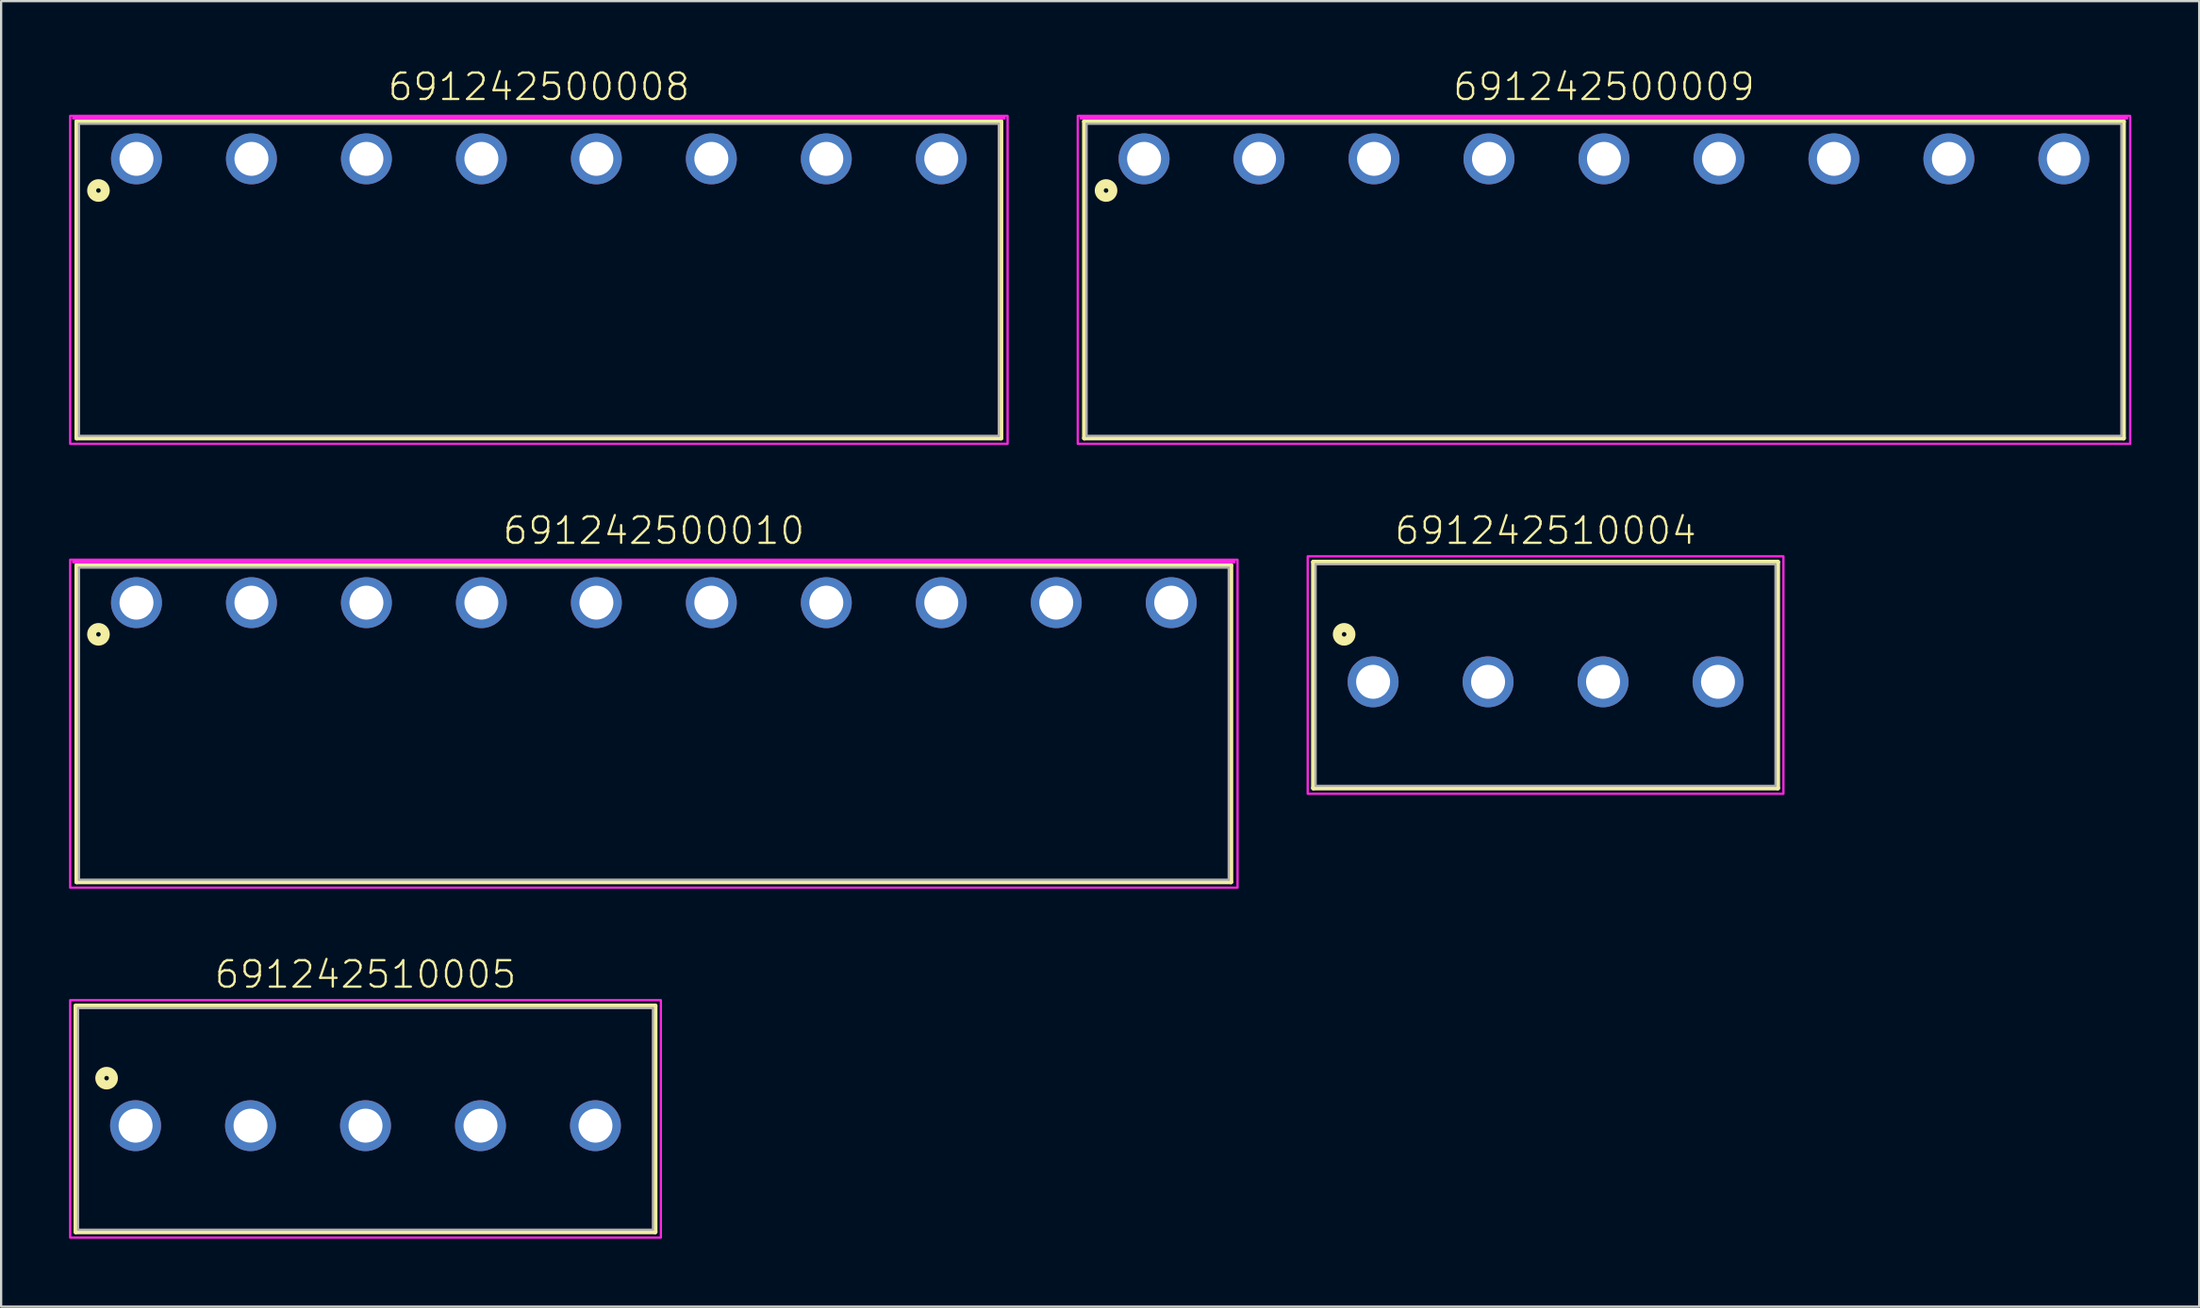
<source format=kicad_pcb>
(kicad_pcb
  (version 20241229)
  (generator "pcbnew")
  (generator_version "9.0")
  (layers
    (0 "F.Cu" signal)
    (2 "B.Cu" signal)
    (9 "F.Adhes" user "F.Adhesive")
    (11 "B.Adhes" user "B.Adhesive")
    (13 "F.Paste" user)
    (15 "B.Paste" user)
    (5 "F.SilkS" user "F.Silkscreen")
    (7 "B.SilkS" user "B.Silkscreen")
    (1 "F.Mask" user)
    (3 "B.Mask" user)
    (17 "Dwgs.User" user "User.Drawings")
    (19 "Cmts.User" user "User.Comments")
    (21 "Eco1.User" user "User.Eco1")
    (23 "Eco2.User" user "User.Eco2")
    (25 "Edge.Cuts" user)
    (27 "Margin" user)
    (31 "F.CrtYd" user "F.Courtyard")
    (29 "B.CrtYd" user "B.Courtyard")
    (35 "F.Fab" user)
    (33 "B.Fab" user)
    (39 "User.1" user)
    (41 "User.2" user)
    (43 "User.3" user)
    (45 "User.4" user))
  (footprint "691242510004"
    (layer "F.Cu")
    (at 65.24 27.096)
    (property "Reference" "691242510004" (at 0 -6 0) (unlocked yes) (layer "F.SilkS") (effects (font (size 1.168 1.168) (thickness 0.102)) (justify bottom)))
    (fp_line (start -10.26 -5.3) (end 10.26 -5.3) (stroke (width 0.2) (type solid)) (layer "F.SilkS"))
    (fp_line (start -10.26 4.7) (end -10.26 -5.3) (stroke (width 0.2) (type solid)) (layer "F.SilkS"))
    (fp_line (start 10.26 -5.3) (end 10.26 4.7) (stroke (width 0.2) (type solid)) (layer "F.SilkS"))
    (fp_line (start 10.26 4.7) (end -10.26 4.7) (stroke (width 0.2) (type solid)) (layer "F.SilkS"))
    (fp_circle (center -8.9 -2.1) (end -8.8 -2.1) (stroke (width 0.4) (type solid)) (fill no) (layer "F.SilkS"))
    (fp_poly (pts (xy 10.51 4.95) (xy -10.51 4.95) (xy -10.51 -5.55) (xy 10.51 -5.55)) (stroke (width 0.1) (type default)) (fill no) (layer "F.CrtYd"))
    (fp_line (start -10.16 -5.2) (end -10.16 4.6) (stroke (width 0.1) (type solid)) (layer "F.Fab"))
    (fp_line (start -10.16 -5.2) (end 10.16 -5.2) (stroke (width 0.1) (type solid)) (layer "F.Fab"))
    (fp_line (start -10.16 4.6) (end 10.16 4.6) (stroke (width 0.1) (type solid)) (layer "F.Fab"))
    (fp_line (start 10.16 -5.2) (end 10.16 4.6) (stroke (width 0.1) (type solid)) (layer "F.Fab"))
    (pad "1" thru_hole circle (at -7.62 0) (size 2.25 2.25) (drill 1.5) (layers "*.Cu" "*.Mask"))
    (pad "2" thru_hole circle (at -2.54 0) (size 2.25 2.25) (drill 1.5) (layers "*.Cu" "*.Mask"))
    (pad "3" thru_hole circle (at 2.54 0) (size 2.25 2.25) (drill 1.5) (layers "*.Cu" "*.Mask"))
    (pad "4" thru_hole circle (at 7.62 0) (size 2.25 2.25) (drill 1.5) (layers "*.Cu" "*.Mask")))
  (footprint "691242500009"
    (layer "F.Cu")
    (at 67.82 3.973)
    (property "Reference" "691242500009" (at 0 -2.5 0) (unlocked yes) (layer "F.SilkS") (effects (font (size 1.168 1.168) (thickness 0.102)) (justify bottom)))
    (fp_line (start -22.96 -1.65) (end 22.96 -1.65) (stroke (width 0.2) (type solid)) (layer "F.SilkS"))
    (fp_line (start -22.96 12.35) (end -22.96 -1.65) (stroke (width 0.2) (type solid)) (layer "F.SilkS"))
    (fp_line (start 22.96 -1.65) (end 22.96 12.35) (stroke (width 0.2) (type solid)) (layer "F.SilkS"))
    (fp_line (start 22.96 12.35) (end -22.96 12.35) (stroke (width 0.2) (type solid)) (layer "F.SilkS"))
    (fp_circle (center -22 1.4) (end -21.9 1.4) (stroke (width 0.4) (type solid)) (fill no) (layer "F.SilkS"))
    (fp_line (start -23.11 -1.8) (end 23.11 -1.8) (stroke (width 0.127) (type solid)) (layer "F.CrtYd"))
    (fp_poly (pts (xy 23.25 12.6) (xy -23.25 12.6) (xy -23.25 -1.9) (xy 23.25 -1.9)) (stroke (width 0.1) (type default)) (fill no) (layer "F.CrtYd"))
    (fp_line (start -22.86 -1.55) (end 22.86 -1.55) (stroke (width 0.1) (type solid)) (layer "F.Fab"))
    (fp_line (start -22.86 12.25) (end -22.86 -1.55) (stroke (width 0.1) (type solid)) (layer "F.Fab"))
    (fp_line (start 22.86 -1.55) (end 22.86 12.25) (stroke (width 0.1) (type solid)) (layer "F.Fab"))
    (fp_line (start 22.86 12.25) (end -22.86 12.25) (stroke (width 0.1) (type solid)) (layer "F.Fab"))
    (pad "1" thru_hole circle (at -20.32 0) (size 2.25 2.25) (drill 1.5) (layers "*.Cu" "*.Mask"))
    (pad "2" thru_hole circle (at -15.24 0) (size 2.25 2.25) (drill 1.5) (layers "*.Cu" "*.Mask"))
    (pad "3" thru_hole circle (at -10.16 0) (size 2.25 2.25) (drill 1.5) (layers "*.Cu" "*.Mask"))
    (pad "4" thru_hole circle (at -5.08 0) (size 2.25 2.25) (drill 1.5) (layers "*.Cu" "*.Mask"))
    (pad "5" thru_hole circle (at 0 0) (size 2.25 2.25) (drill 1.5) (layers "*.Cu" "*.Mask"))
    (pad "6" thru_hole circle (at 5.08 0) (size 2.25 2.25) (drill 1.5) (layers "*.Cu" "*.Mask"))
    (pad "7" thru_hole circle (at 10.16 0) (size 2.25 2.25) (drill 1.5) (layers "*.Cu" "*.Mask"))
    (pad "8" thru_hole circle (at 15.24 0) (size 2.25 2.25) (drill 1.5) (layers "*.Cu" "*.Mask"))
    (pad "9" thru_hole circle (at 20.32 0) (size 2.25 2.25) (drill 1.5) (layers "*.Cu" "*.Mask")))
  (footprint "691242500008"
    (layer "F.Cu")
    (at 20.76 3.973)
    (property "Reference" "691242500008" (at 0 -2.5 0) (unlocked yes) (layer "F.SilkS") (effects (font (size 1.168 1.168) (thickness 0.102)) (justify bottom)))
    (fp_line (start -20.42 -1.65) (end 20.42 -1.65) (stroke (width 0.2) (type solid)) (layer "F.SilkS"))
    (fp_line (start -20.42 12.35) (end -20.42 -1.65) (stroke (width 0.2) (type solid)) (layer "F.SilkS"))
    (fp_line (start 20.42 -1.65) (end 20.42 12.35) (stroke (width 0.2) (type solid)) (layer "F.SilkS"))
    (fp_line (start 20.42 12.35) (end -20.42 12.35) (stroke (width 0.2) (type solid)) (layer "F.SilkS"))
    (fp_circle (center -19.46 1.4) (end -19.36 1.4) (stroke (width 0.4) (type solid)) (fill no) (layer "F.SilkS"))
    (fp_line (start -20.57 -1.8) (end 20.57 -1.8) (stroke (width 0.127) (type solid)) (layer "F.CrtYd"))
    (fp_poly (pts (xy 20.71 12.6) (xy -20.71 12.6) (xy -20.71 -1.9) (xy 20.71 -1.9)) (stroke (width 0.1) (type default)) (fill no) (layer "F.CrtYd"))
    (fp_line (start -20.32 -1.55) (end 20.32 -1.55) (stroke (width 0.1) (type solid)) (layer "F.Fab"))
    (fp_line (start -20.32 12.25) (end -20.32 -1.55) (stroke (width 0.1) (type solid)) (layer "F.Fab"))
    (fp_line (start 20.32 -1.55) (end 20.32 12.25) (stroke (width 0.1) (type solid)) (layer "F.Fab"))
    (fp_line (start 20.32 12.25) (end -20.32 12.25) (stroke (width 0.1) (type solid)) (layer "F.Fab"))
    (pad "1" thru_hole circle (at -17.78 0) (size 2.25 2.25) (drill 1.5) (layers "*.Cu" "*.Mask"))
    (pad "2" thru_hole circle (at -12.7 0) (size 2.25 2.25) (drill 1.5) (layers "*.Cu" "*.Mask"))
    (pad "3" thru_hole circle (at -7.62 0) (size 2.25 2.25) (drill 1.5) (layers "*.Cu" "*.Mask"))
    (pad "4" thru_hole circle (at -2.54 0) (size 2.25 2.25) (drill 1.5) (layers "*.Cu" "*.Mask"))
    (pad "5" thru_hole circle (at 2.54 0) (size 2.25 2.25) (drill 1.5) (layers "*.Cu" "*.Mask"))
    (pad "6" thru_hole circle (at 7.62 0) (size 2.25 2.25) (drill 1.5) (layers "*.Cu" "*.Mask"))
    (pad "7" thru_hole circle (at 12.7 0) (size 2.25 2.25) (drill 1.5) (layers "*.Cu" "*.Mask"))
    (pad "8" thru_hole circle (at 17.78 0) (size 2.25 2.25) (drill 1.5) (layers "*.Cu" "*.Mask")))
  (footprint "691242510005"
    (layer "F.Cu")
    (at 13.1 46.72)
    (property "Reference" "691242510005" (at 0 -6 0) (unlocked yes) (layer "F.SilkS") (effects (font (size 1.168 1.168) (thickness 0.102)) (justify bottom)))
    (fp_line (start -12.8 -5.3) (end 12.8 -5.3) (stroke (width 0.2) (type solid)) (layer "F.SilkS"))
    (fp_line (start -12.8 4.7) (end -12.8 -5.3) (stroke (width 0.2) (type solid)) (layer "F.SilkS"))
    (fp_line (start 12.8 -5.3) (end 12.8 4.7) (stroke (width 0.2) (type solid)) (layer "F.SilkS"))
    (fp_line (start 12.8 4.7) (end -12.8 4.7) (stroke (width 0.2) (type solid)) (layer "F.SilkS"))
    (fp_circle (center -11.44 -2.1) (end -11.34 -2.1) (stroke (width 0.4) (type solid)) (fill no) (layer "F.SilkS"))
    (fp_poly (pts (xy 13.05 4.95) (xy -13.05 4.95) (xy -13.05 -5.55) (xy 13.05 -5.55)) (stroke (width 0.1) (type default)) (fill no) (layer "F.CrtYd"))
    (fp_line (start -12.7 -5.2) (end -12.7 4.6) (stroke (width 0.1) (type solid)) (layer "F.Fab"))
    (fp_line (start -12.7 -5.2) (end 12.7 -5.2) (stroke (width 0.1) (type solid)) (layer "F.Fab"))
    (fp_line (start -12.7 4.6) (end 12.7 4.6) (stroke (width 0.1) (type solid)) (layer "F.Fab"))
    (fp_line (start 12.7 -5.2) (end 12.7 4.6) (stroke (width 0.1) (type solid)) (layer "F.Fab"))
    (pad "1" thru_hole circle (at -10.16 0) (size 2.25 2.25) (drill 1.5) (layers "*.Cu" "*.Mask"))
    (pad "2" thru_hole circle (at -5.08 0) (size 2.25 2.25) (drill 1.5) (layers "*.Cu" "*.Mask"))
    (pad "3" thru_hole circle (at 0 0) (size 2.25 2.25) (drill 1.5) (layers "*.Cu" "*.Mask"))
    (pad "4" thru_hole circle (at 5.08 0) (size 2.25 2.25) (drill 1.5) (layers "*.Cu" "*.Mask"))
    (pad "5" thru_hole circle (at 10.16 0) (size 2.25 2.25) (drill 1.5) (layers "*.Cu" "*.Mask")))
  (footprint "691242500010"
    (layer "F.Cu")
    (at 25.84 23.596)
    (property "Reference" "691242500010" (at 0 -2.5 0) (unlocked yes) (layer "F.SilkS") (effects (font (size 1.168 1.168) (thickness 0.102)) (justify bottom)))
    (fp_line (start -25.5 -1.65) (end 25.5 -1.65) (stroke (width 0.2) (type solid)) (layer "F.SilkS"))
    (fp_line (start -25.5 12.35) (end -25.5 -1.65) (stroke (width 0.2) (type solid)) (layer "F.SilkS"))
    (fp_line (start 25.5 -1.65) (end 25.5 12.35) (stroke (width 0.2) (type solid)) (layer "F.SilkS"))
    (fp_line (start 25.5 12.35) (end -25.5 12.35) (stroke (width 0.2) (type solid)) (layer "F.SilkS"))
    (fp_circle (center -24.54 1.4) (end -24.44 1.4) (stroke (width 0.4) (type solid)) (fill no) (layer "F.SilkS"))
    (fp_line (start -25.65 -1.8) (end 25.65 -1.8) (stroke (width 0.127) (type solid)) (layer "F.CrtYd"))
    (fp_poly (pts (xy 25.79 12.6) (xy -25.79 12.6) (xy -25.79 -1.9) (xy 25.79 -1.9)) (stroke (width 0.1) (type default)) (fill no) (layer "F.CrtYd"))
    (fp_line (start -25.4 -1.55) (end 25.4 -1.55) (stroke (width 0.1) (type solid)) (layer "F.Fab"))
    (fp_line (start -25.4 12.25) (end -25.4 -1.55) (stroke (width 0.1) (type solid)) (layer "F.Fab"))
    (fp_line (start 25.4 -1.55) (end 25.4 12.25) (stroke (width 0.1) (type solid)) (layer "F.Fab"))
    (fp_line (start 25.4 12.25) (end -25.4 12.25) (stroke (width 0.1) (type solid)) (layer "F.Fab"))
    (pad "1" thru_hole circle (at -22.86 0) (size 2.25 2.25) (drill 1.5) (layers "*.Cu" "*.Mask"))
    (pad "2" thru_hole circle (at -17.78 0) (size 2.25 2.25) (drill 1.5) (layers "*.Cu" "*.Mask"))
    (pad "3" thru_hole circle (at -12.7 0) (size 2.25 2.25) (drill 1.5) (layers "*.Cu" "*.Mask"))
    (pad "4" thru_hole circle (at -7.62 0) (size 2.25 2.25) (drill 1.5) (layers "*.Cu" "*.Mask"))
    (pad "5" thru_hole circle (at -2.54 0) (size 2.25 2.25) (drill 1.5) (layers "*.Cu" "*.Mask"))
    (pad "6" thru_hole circle (at 2.54 0) (size 2.25 2.25) (drill 1.5) (layers "*.Cu" "*.Mask"))
    (pad "7" thru_hole circle (at 7.62 0) (size 2.25 2.25) (drill 1.5) (layers "*.Cu" "*.Mask"))
    (pad "8" thru_hole circle (at 12.7 0) (size 2.25 2.25) (drill 1.5) (layers "*.Cu" "*.Mask"))
    (pad "9" thru_hole circle (at 17.78 0) (size 2.25 2.25) (drill 1.5) (layers "*.Cu" "*.Mask"))
    (pad "10" thru_hole circle (at 22.86 0) (size 2.25 2.25) (drill 1.5) (layers "*.Cu" "*.Mask")))
  (gr_rect
    (start -3 -3)
    (end 94.12 54.72)
    (stroke (width 0.1) (type default))
    (fill no)
    (layer "Edge.Cuts")))
</source>
